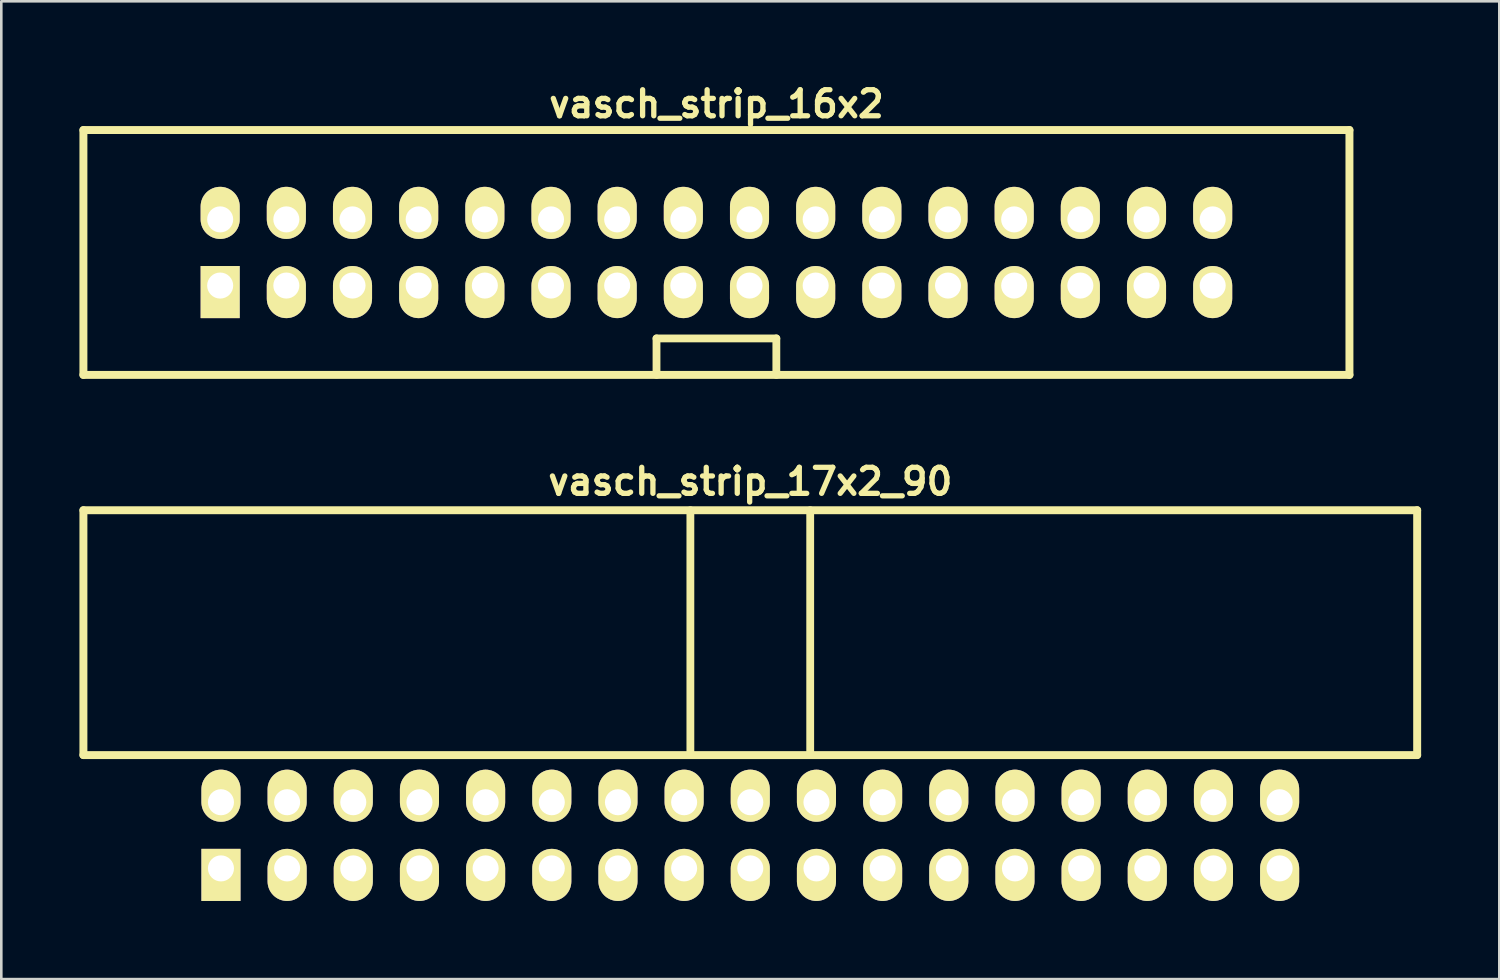
<source format=kicad_pcb>
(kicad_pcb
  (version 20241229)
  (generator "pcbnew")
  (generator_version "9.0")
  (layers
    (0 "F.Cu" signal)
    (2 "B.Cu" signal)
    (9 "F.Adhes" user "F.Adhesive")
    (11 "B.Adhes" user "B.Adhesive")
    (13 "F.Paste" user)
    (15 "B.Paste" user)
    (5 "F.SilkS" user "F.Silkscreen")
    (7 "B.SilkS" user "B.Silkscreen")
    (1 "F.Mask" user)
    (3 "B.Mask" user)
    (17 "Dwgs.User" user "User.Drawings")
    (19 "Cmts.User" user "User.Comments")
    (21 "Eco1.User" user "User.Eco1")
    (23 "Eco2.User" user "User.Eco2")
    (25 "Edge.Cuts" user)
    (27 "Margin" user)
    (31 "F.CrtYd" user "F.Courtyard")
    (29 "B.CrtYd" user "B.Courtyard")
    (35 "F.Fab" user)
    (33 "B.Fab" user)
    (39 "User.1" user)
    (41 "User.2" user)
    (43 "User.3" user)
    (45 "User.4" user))
  (footprint "vasch_strip_17x2_90"
    (layer "F.Cu")
    (at 25.752 23.936)
    (property "Reference" "vasch_strip_17x2_90" (at 0 -8.5 0) (layer "F.SilkS") (effects (font (size 1 1) (thickness 0.203))))
    (attr through_hole)
    (fp_line (start -25.6 -7.4) (end -25.6 2) (stroke (width 0.305) (type solid)) (layer "F.SilkS"))
    (fp_line (start -25.6 2) (end 25.6 2) (stroke (width 0.305) (type solid)) (layer "F.SilkS"))
    (fp_line (start -2.3 -7.4) (end -2.3 2) (stroke (width 0.3) (type solid)) (layer "F.SilkS"))
    (fp_line (start 2.3 -7.4) (end 2.3 2) (stroke (width 0.3) (type solid)) (layer "F.SilkS"))
    (fp_line (start 25.6 -7.4) (end -25.6 -7.4) (stroke (width 0.305) (type solid)) (layer "F.SilkS"))
    (fp_line (start 25.6 -7.4) (end 25.6 2) (stroke (width 0.305) (type solid)) (layer "F.SilkS"))
    (pad "1" thru_hole rect (at -20.32 6.35) (size 1.5 2) (drill 1 (offset 0 0.25)) (layers "*.Cu" "*.Mask" "F.SilkS"))
    (pad "2" thru_hole oval (at -20.32 3.81) (size 1.5 2) (drill 1 (offset 0 -0.25)) (layers "*.Cu" "*.Mask" "F.SilkS"))
    (pad "3" thru_hole oval (at -17.78 6.35) (size 1.5 2) (drill 1 (offset 0 0.25)) (layers "*.Cu" "*.Mask" "F.SilkS"))
    (pad "4" thru_hole oval (at -17.78 3.81) (size 1.5 2) (drill 1 (offset 0 -0.25)) (layers "*.Cu" "*.Mask" "F.SilkS"))
    (pad "5" thru_hole oval (at -15.24 6.35) (size 1.5 2) (drill 1 (offset 0 0.25)) (layers "*.Cu" "*.Mask" "F.SilkS"))
    (pad "6" thru_hole oval (at -15.24 3.81) (size 1.5 2) (drill 1 (offset 0 -0.25)) (layers "*.Cu" "*.Mask" "F.SilkS"))
    (pad "7" thru_hole oval (at -12.7 6.35) (size 1.5 2) (drill 1 (offset 0 0.25)) (layers "*.Cu" "*.Mask" "F.SilkS"))
    (pad "8" thru_hole oval (at -12.7 3.81) (size 1.5 2) (drill 1 (offset 0 -0.25)) (layers "*.Cu" "*.Mask" "F.SilkS"))
    (pad "9" thru_hole oval (at -10.16 6.35) (size 1.5 2) (drill 1 (offset 0 0.25)) (layers "*.Cu" "*.Mask" "F.SilkS"))
    (pad "10" thru_hole oval (at -10.16 3.81) (size 1.5 2) (drill 1 (offset 0 -0.25)) (layers "*.Cu" "*.Mask" "F.SilkS"))
    (pad "11" thru_hole oval (at -7.62 6.35) (size 1.5 2) (drill 1 (offset 0 0.25)) (layers "*.Cu" "*.Mask" "F.SilkS"))
    (pad "12" thru_hole oval (at -7.62 3.81) (size 1.5 2) (drill 1 (offset 0 -0.25)) (layers "*.Cu" "*.Mask" "F.SilkS"))
    (pad "13" thru_hole oval (at -5.08 6.35) (size 1.5 2) (drill 1 (offset 0 0.25)) (layers "*.Cu" "*.Mask" "F.SilkS"))
    (pad "14" thru_hole oval (at -5.08 3.81) (size 1.5 2) (drill 1 (offset 0 -0.25)) (layers "*.Cu" "*.Mask" "F.SilkS"))
    (pad "15" thru_hole oval (at -2.54 6.35) (size 1.5 2) (drill 1 (offset 0 0.25)) (layers "*.Cu" "*.Mask" "F.SilkS"))
    (pad "16" thru_hole oval (at -2.54 3.81) (size 1.5 2) (drill 1 (offset 0 -0.25)) (layers "*.Cu" "*.Mask" "F.SilkS"))
    (pad "17" thru_hole oval (at 0 6.35) (size 1.5 2) (drill 1 (offset 0 0.25)) (layers "*.Cu" "*.Mask" "F.SilkS"))
    (pad "18" thru_hole oval (at 0 3.81) (size 1.5 2) (drill 1 (offset 0 -0.25)) (layers "*.Cu" "*.Mask" "F.SilkS"))
    (pad "19" thru_hole oval (at 2.54 6.35) (size 1.5 2) (drill 1 (offset 0 0.25)) (layers "*.Cu" "*.Mask" "F.SilkS"))
    (pad "20" thru_hole oval (at 2.54 3.81) (size 1.5 2) (drill 1 (offset 0 -0.25)) (layers "*.Cu" "*.Mask" "F.SilkS"))
    (pad "21" thru_hole oval (at 5.08 6.35) (size 1.5 2) (drill 1 (offset 0 0.25)) (layers "*.Cu" "*.Mask" "F.SilkS"))
    (pad "22" thru_hole oval (at 5.08 3.81) (size 1.5 2) (drill 1 (offset 0 -0.25)) (layers "*.Cu" "*.Mask" "F.SilkS"))
    (pad "23" thru_hole oval (at 7.62 6.35) (size 1.5 2) (drill 1 (offset 0 0.25)) (layers "*.Cu" "*.Mask" "F.SilkS"))
    (pad "24" thru_hole oval (at 7.62 3.81) (size 1.5 2) (drill 1 (offset 0 -0.25)) (layers "*.Cu" "*.Mask" "F.SilkS"))
    (pad "25" thru_hole oval (at 10.16 6.35) (size 1.5 2) (drill 1 (offset 0 0.25)) (layers "*.Cu" "*.Mask" "F.SilkS"))
    (pad "26" thru_hole oval (at 10.16 3.81) (size 1.5 2) (drill 1 (offset 0 -0.25)) (layers "*.Cu" "*.Mask" "F.SilkS"))
    (pad "27" thru_hole oval (at 12.7 6.35) (size 1.5 2) (drill 1 (offset 0 0.25)) (layers "*.Cu" "*.Mask" "F.SilkS"))
    (pad "28" thru_hole oval (at 12.7 3.81) (size 1.5 2) (drill 1 (offset 0 -0.25)) (layers "*.Cu" "*.Mask" "F.SilkS"))
    (pad "29" thru_hole oval (at 15.24 6.35) (size 1.5 2) (drill 1 (offset 0 0.25)) (layers "*.Cu" "*.Mask" "F.SilkS"))
    (pad "30" thru_hole oval (at 15.24 3.81) (size 1.5 2) (drill 1 (offset 0 -0.25)) (layers "*.Cu" "*.Mask" "F.SilkS"))
    (pad "31" thru_hole oval (at 17.78 6.35) (size 1.5 2) (drill 1 (offset 0 0.25)) (layers "*.Cu" "*.Mask" "F.SilkS"))
    (pad "32" thru_hole oval (at 17.78 3.81) (size 1.5 2) (drill 1 (offset 0 -0.25)) (layers "*.Cu" "*.Mask" "F.SilkS"))
    (pad "33" thru_hole oval (at 20.32 6.35) (size 1.5 2) (drill 1 (offset 0 0.25)) (layers "*.Cu" "*.Mask" "F.SilkS"))
    (pad "34" thru_hole oval (at 20.32 3.81) (size 1.5 2) (drill 1 (offset 0 -0.25)) (layers "*.Cu" "*.Mask" "F.SilkS")))
  (footprint "vasch_strip_16x2"
    (layer "F.Cu")
    (at 24.452 6.642)
    (property "Reference" "vasch_strip_16x2" (at 0 -5.7 0) (layer "F.SilkS") (effects (font (size 1 1) (thickness 0.203))))
    (attr through_hole)
    (fp_line (start -24.3 -4.7) (end -24.3 4.7) (stroke (width 0.305) (type solid)) (layer "F.SilkS"))
    (fp_line (start -24.3 4.7) (end 24.3 4.7) (stroke (width 0.305) (type solid)) (layer "F.SilkS"))
    (fp_line (start -2.3 3.3) (end -2.3 4.7) (stroke (width 0.3) (type solid)) (layer "F.SilkS"))
    (fp_line (start 2.3 3.3) (end -2.3 3.3) (stroke (width 0.3) (type solid)) (layer "F.SilkS"))
    (fp_line (start 2.3 4.7) (end 2.3 3.3) (stroke (width 0.3) (type solid)) (layer "F.SilkS"))
    (fp_line (start 24.3 -4.7) (end -24.3 -4.7) (stroke (width 0.305) (type solid)) (layer "F.SilkS"))
    (fp_line (start 24.3 -4.7) (end 24.3 4.7) (stroke (width 0.305) (type solid)) (layer "F.SilkS"))
    (pad "1" thru_hole rect (at -19.05 1.27) (size 1.5 2) (drill 1 (offset 0 0.25)) (layers "*.Cu" "*.Mask" "F.SilkS"))
    (pad "2" thru_hole oval (at -19.05 -1.27) (size 1.5 2) (drill 1 (offset 0 -0.25)) (layers "*.Cu" "*.Mask" "F.SilkS"))
    (pad "3" thru_hole oval (at -16.51 1.27) (size 1.5 2) (drill 1 (offset 0 0.25)) (layers "*.Cu" "*.Mask" "F.SilkS"))
    (pad "4" thru_hole oval (at -16.51 -1.27) (size 1.5 2) (drill 1 (offset 0 -0.25)) (layers "*.Cu" "*.Mask" "F.SilkS"))
    (pad "5" thru_hole oval (at -13.97 1.27) (size 1.5 2) (drill 1 (offset 0 0.25)) (layers "*.Cu" "*.Mask" "F.SilkS"))
    (pad "6" thru_hole oval (at -13.97 -1.27) (size 1.5 2) (drill 1 (offset 0 -0.25)) (layers "*.Cu" "*.Mask" "F.SilkS"))
    (pad "7" thru_hole oval (at -11.43 1.27) (size 1.5 2) (drill 1 (offset 0 0.25)) (layers "*.Cu" "*.Mask" "F.SilkS"))
    (pad "8" thru_hole oval (at -11.43 -1.27) (size 1.5 2) (drill 1 (offset 0 -0.25)) (layers "*.Cu" "*.Mask" "F.SilkS"))
    (pad "9" thru_hole oval (at -8.89 1.27) (size 1.5 2) (drill 1 (offset 0 0.25)) (layers "*.Cu" "*.Mask" "F.SilkS"))
    (pad "10" thru_hole oval (at -8.89 -1.27) (size 1.5 2) (drill 1 (offset 0 -0.25)) (layers "*.Cu" "*.Mask" "F.SilkS"))
    (pad "11" thru_hole oval (at -6.35 1.27) (size 1.5 2) (drill 1 (offset 0 0.25)) (layers "*.Cu" "*.Mask" "F.SilkS"))
    (pad "12" thru_hole oval (at -6.35 -1.27) (size 1.5 2) (drill 1 (offset 0 -0.25)) (layers "*.Cu" "*.Mask" "F.SilkS"))
    (pad "13" thru_hole oval (at -3.81 1.27) (size 1.5 2) (drill 1 (offset 0 0.25)) (layers "*.Cu" "*.Mask" "F.SilkS"))
    (pad "14" thru_hole oval (at -3.81 -1.27) (size 1.5 2) (drill 1 (offset 0 -0.25)) (layers "*.Cu" "*.Mask" "F.SilkS"))
    (pad "15" thru_hole oval (at -1.27 1.27) (size 1.5 2) (drill 1 (offset 0 0.25)) (layers "*.Cu" "*.Mask" "F.SilkS"))
    (pad "16" thru_hole oval (at -1.27 -1.27) (size 1.5 2) (drill 1 (offset 0 -0.25)) (layers "*.Cu" "*.Mask" "F.SilkS"))
    (pad "17" thru_hole oval (at 1.27 1.27) (size 1.5 2) (drill 1 (offset 0 0.25)) (layers "*.Cu" "*.Mask" "F.SilkS"))
    (pad "18" thru_hole oval (at 1.27 -1.27) (size 1.5 2) (drill 1 (offset 0 -0.25)) (layers "*.Cu" "*.Mask" "F.SilkS"))
    (pad "19" thru_hole oval (at 3.81 1.27) (size 1.5 2) (drill 1 (offset 0 0.25)) (layers "*.Cu" "*.Mask" "F.SilkS"))
    (pad "20" thru_hole oval (at 3.81 -1.27) (size 1.5 2) (drill 1 (offset 0 -0.25)) (layers "*.Cu" "*.Mask" "F.SilkS"))
    (pad "21" thru_hole oval (at 6.35 1.27) (size 1.5 2) (drill 1 (offset 0 0.25)) (layers "*.Cu" "*.Mask" "F.SilkS"))
    (pad "22" thru_hole oval (at 6.35 -1.27) (size 1.5 2) (drill 1 (offset 0 -0.25)) (layers "*.Cu" "*.Mask" "F.SilkS"))
    (pad "23" thru_hole oval (at 8.89 1.27) (size 1.5 2) (drill 1 (offset 0 0.25)) (layers "*.Cu" "*.Mask" "F.SilkS"))
    (pad "24" thru_hole oval (at 8.89 -1.27) (size 1.5 2) (drill 1 (offset 0 -0.25)) (layers "*.Cu" "*.Mask" "F.SilkS"))
    (pad "25" thru_hole oval (at 11.43 1.27) (size 1.5 2) (drill 1 (offset 0 0.25)) (layers "*.Cu" "*.Mask" "F.SilkS"))
    (pad "26" thru_hole oval (at 11.43 -1.27) (size 1.5 2) (drill 1 (offset 0 -0.25)) (layers "*.Cu" "*.Mask" "F.SilkS"))
    (pad "27" thru_hole oval (at 13.97 1.27) (size 1.5 2) (drill 1 (offset 0 0.25)) (layers "*.Cu" "*.Mask" "F.SilkS"))
    (pad "28" thru_hole oval (at 13.97 -1.27) (size 1.5 2) (drill 1 (offset 0 -0.25)) (layers "*.Cu" "*.Mask" "F.SilkS"))
    (pad "29" thru_hole oval (at 16.51 1.27) (size 1.5 2) (drill 1 (offset 0 0.25)) (layers "*.Cu" "*.Mask" "F.SilkS"))
    (pad "30" thru_hole oval (at 16.51 -1.27) (size 1.5 2) (drill 1 (offset 0 -0.25)) (layers "*.Cu" "*.Mask" "F.SilkS"))
    (pad "31" thru_hole oval (at 19.05 1.27) (size 1.5 2) (drill 1 (offset 0 0.25)) (layers "*.Cu" "*.Mask" "F.SilkS"))
    (pad "32" thru_hole oval (at 19.05 -1.27) (size 1.5 2) (drill 1 (offset 0 -0.25)) (layers "*.Cu" "*.Mask" "F.SilkS")))
  (gr_rect
    (start -3 -3)
    (end 54.505 34.536)
    (stroke (width 0.1) (type default))
    (fill no)
    (layer "Edge.Cuts")))
</source>
